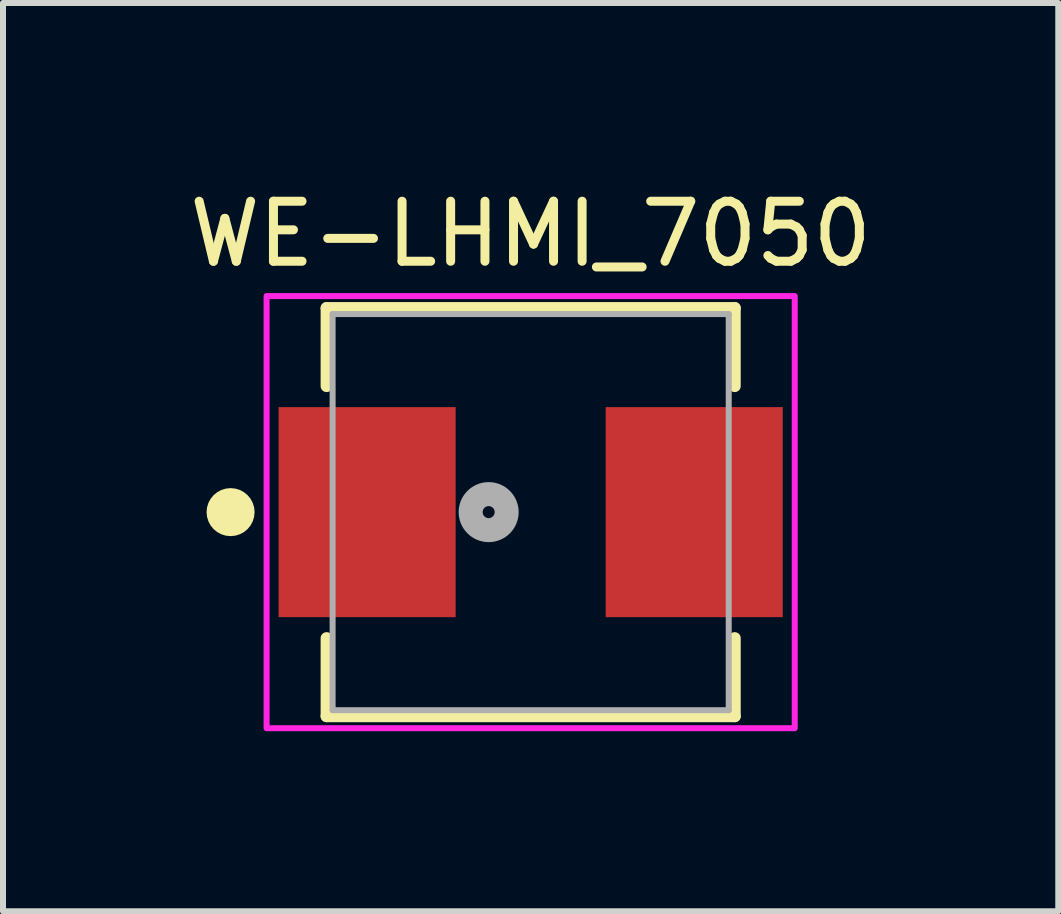
<source format=kicad_pcb>
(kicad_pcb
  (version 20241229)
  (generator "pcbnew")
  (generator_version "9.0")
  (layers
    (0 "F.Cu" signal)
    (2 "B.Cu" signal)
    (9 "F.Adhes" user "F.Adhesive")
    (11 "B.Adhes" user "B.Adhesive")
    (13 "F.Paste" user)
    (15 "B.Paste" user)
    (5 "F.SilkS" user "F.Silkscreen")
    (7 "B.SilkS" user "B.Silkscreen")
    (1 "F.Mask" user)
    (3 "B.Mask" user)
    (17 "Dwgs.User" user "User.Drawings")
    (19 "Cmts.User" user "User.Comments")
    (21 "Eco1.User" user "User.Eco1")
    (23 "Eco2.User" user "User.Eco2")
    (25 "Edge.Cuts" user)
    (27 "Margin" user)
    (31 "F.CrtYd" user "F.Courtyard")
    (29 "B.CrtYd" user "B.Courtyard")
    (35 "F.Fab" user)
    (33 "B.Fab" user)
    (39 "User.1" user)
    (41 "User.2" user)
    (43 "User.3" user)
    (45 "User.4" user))
  (footprint "WE-LHMI_7050"
    (layer "F.Cu")
    (at 5.792 5.483)
    (property "Reference" "WE-LHMI_7050" (at 0 -4.635 0) (layer "F.SilkS") (effects (font (size 1 1) (thickness 0.15))))
    (attr smd)
    (fp_line (start -3.4 -3.4) (end 3.4 -3.4) (stroke (width 0.2) (type solid)) (layer "F.SilkS"))
    (fp_line (start -3.4 -2.1) (end -3.4 -3.4) (stroke (width 0.2) (type solid)) (layer "F.SilkS"))
    (fp_line (start -3.4 2.1) (end -3.4 3.4) (stroke (width 0.2) (type solid)) (layer "F.SilkS"))
    (fp_line (start -3.4 3.4) (end 3.4 3.4) (stroke (width 0.2) (type solid)) (layer "F.SilkS"))
    (fp_line (start 3.4 -3.4) (end 3.4 -2.1) (stroke (width 0.2) (type solid)) (layer "F.SilkS"))
    (fp_line (start 3.4 3.4) (end 3.4 2.1) (stroke (width 0.2) (type solid)) (layer "F.SilkS"))
    (fp_circle (center -5 0) (end -4.8 0) (stroke (width 0.4) (type solid)) (fill no) (layer "F.SilkS"))
    (fp_poly (pts (xy -4.4 -3.6) (xy 4.4 -3.6) (xy 4.4 3.6) (xy -4.4 3.6)) (stroke (width 0.1) (type solid)) (fill no) (layer "F.CrtYd"))
    (fp_line (start -3.3 -3.3) (end 3.3 -3.3) (stroke (width 0.1) (type solid)) (layer "F.Fab"))
    (fp_line (start -3.3 3.3) (end -3.3 -3.3) (stroke (width 0.1) (type solid)) (layer "F.Fab"))
    (fp_line (start 3.3 -3.3) (end 3.3 3.3) (stroke (width 0.1) (type solid)) (layer "F.Fab"))
    (fp_line (start 3.3 3.3) (end -3.3 3.3) (stroke (width 0.1) (type solid)) (layer "F.Fab"))
    (fp_circle (center -0.7 0) (end -0.6 0) (stroke (width 0.4) (type solid)) (fill no) (layer "F.Fab"))
    (pad "1" smd rect (at -2.725 0) (size 2.95 3.5) (layers "F.Cu" "F.Mask" "F.Paste"))
    (pad "2" smd rect (at 2.725 0) (size 2.95 3.5) (layers "F.Cu" "F.Mask" "F.Paste"))
    (zone (net_name "") (layer "F.Cu") (hatch full 0.508) (connect_pads) (min_thickness 0.01) (filled_areas_thickness no) (keepout (tracks not_allowed) (vias not_allowed) (pads not_allowed) (copperpour not_allowed) (footprints allowed)) (placement (enabled no)) (fill) (polygon (pts (xy 4.542 2.183) (xy 7.042 2.183) (xy 7.042 8.783) (xy 4.542 8.783))))
    (zone (net_name "") (layers "F.Cu" "B.Cu") (hatch full 0.508) (connect_pads) (min_thickness 0.01) (filled_areas_thickness no) (keepout (tracks allowed) (vias not_allowed) (pads allowed) (copperpour allowed) (footprints allowed)) (placement (enabled no)) (fill) (polygon (pts (xy 4.542 2.183) (xy 7.042 2.183) (xy 7.042 8.783) (xy 4.542 8.783)))))
  (gr_rect
    (start -3 -3)
    (end 14.583 12.133)
    (stroke (width 0.1) (type default))
    (fill no)
    (layer "Edge.Cuts")))
</source>
